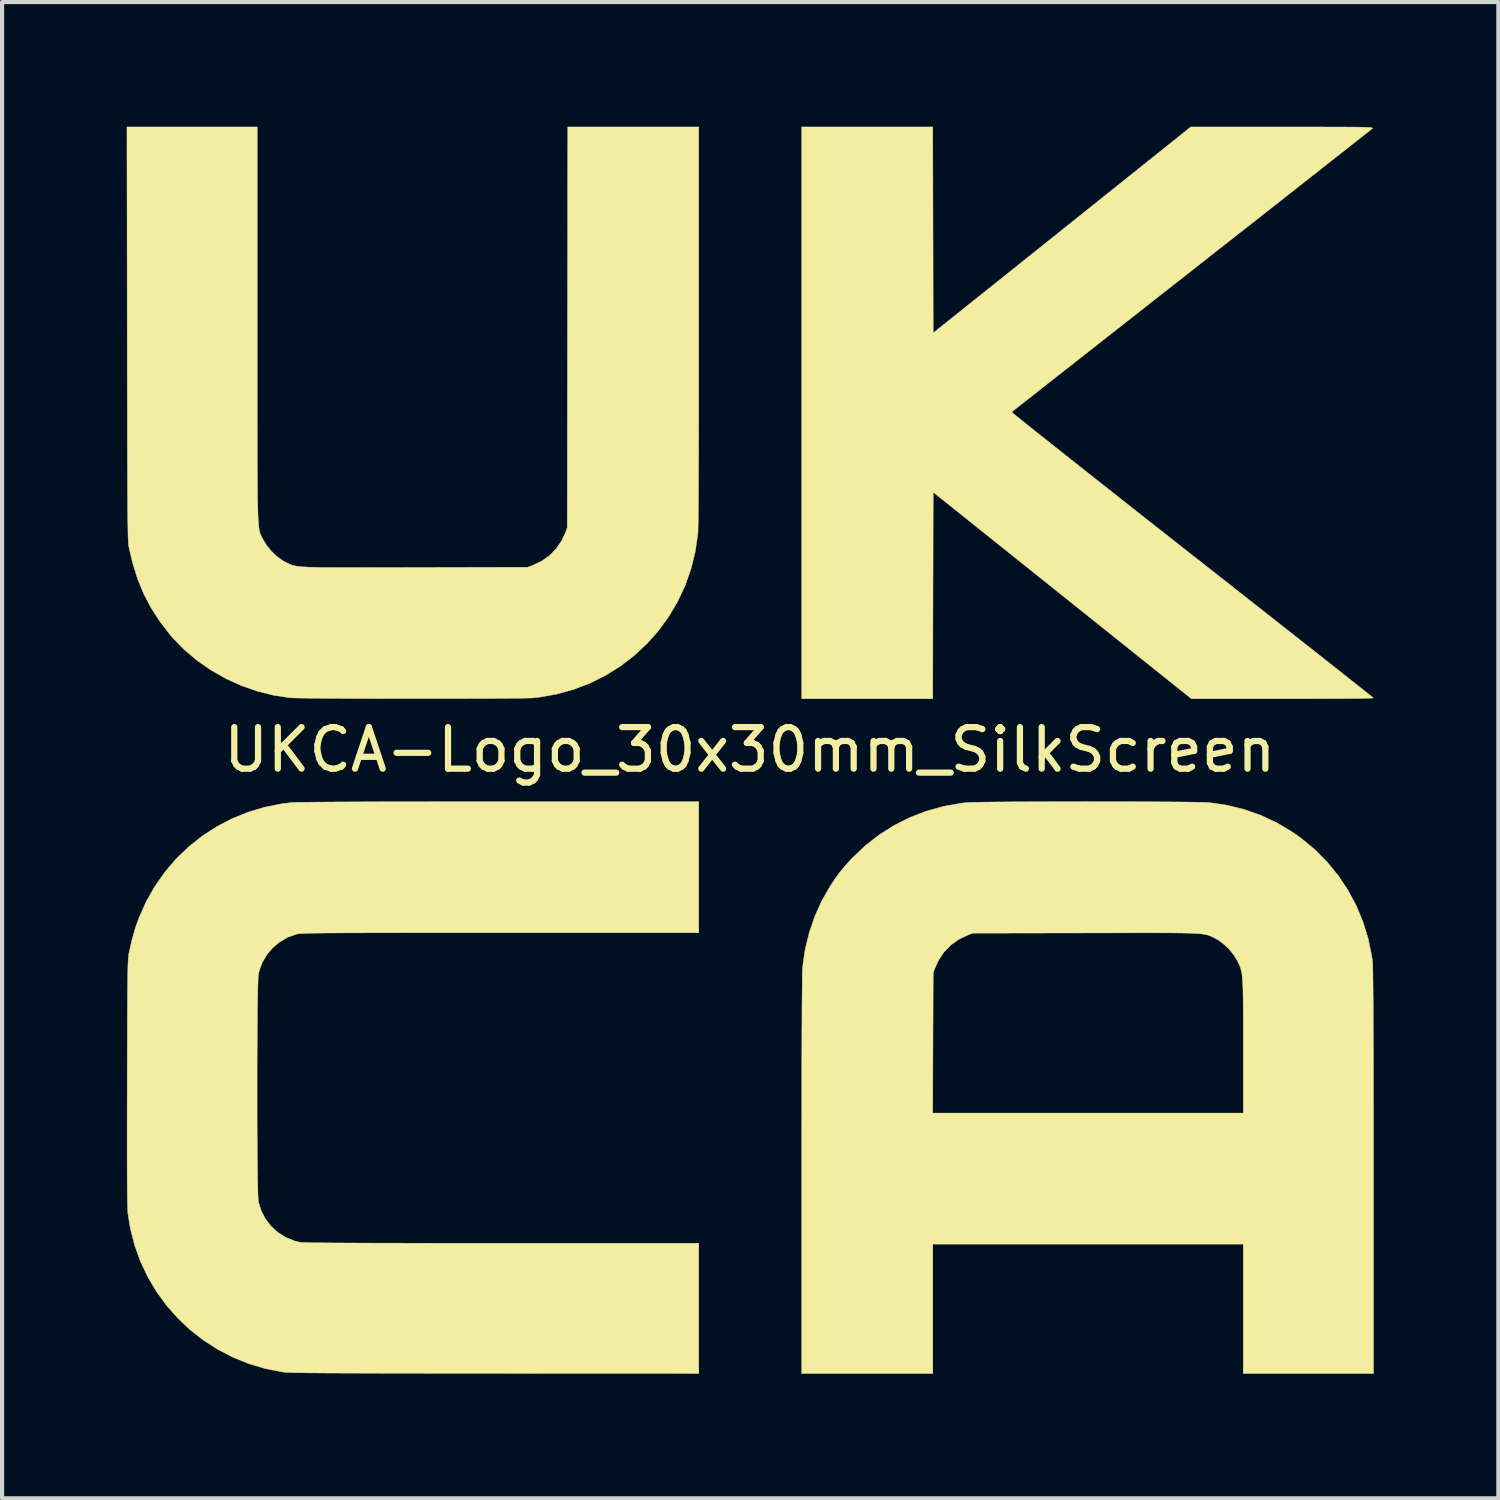
<source format=kicad_pcb>
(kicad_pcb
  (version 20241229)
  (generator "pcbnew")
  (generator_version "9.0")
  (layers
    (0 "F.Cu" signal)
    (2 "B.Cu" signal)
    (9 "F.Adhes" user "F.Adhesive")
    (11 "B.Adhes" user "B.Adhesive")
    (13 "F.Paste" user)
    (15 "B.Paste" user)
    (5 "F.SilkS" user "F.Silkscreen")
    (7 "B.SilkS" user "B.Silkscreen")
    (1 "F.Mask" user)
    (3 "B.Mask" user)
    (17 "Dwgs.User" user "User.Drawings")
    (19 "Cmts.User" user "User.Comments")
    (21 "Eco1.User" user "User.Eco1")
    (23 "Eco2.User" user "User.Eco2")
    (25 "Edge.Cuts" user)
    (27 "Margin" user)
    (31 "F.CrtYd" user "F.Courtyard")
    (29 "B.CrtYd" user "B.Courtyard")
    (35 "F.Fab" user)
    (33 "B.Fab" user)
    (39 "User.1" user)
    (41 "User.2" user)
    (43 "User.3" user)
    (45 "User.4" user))
  (footprint "UKCA-Logo_30x30mm_SilkScreen"
    (layer "F.Cu")
    (at 14.992 14.991)
    (property "Reference" "UKCA-Logo_30x30mm_SilkScreen" (at 0 0 0) (layer "F.SilkS") (effects (font (size 1 1) (thickness 0.15))))
    (attr exclude_from_pos_files exclude_from_bom allow_missing_courtyard)
    (fp_poly (pts (xy 4.408 -12.507) (xy 4.413 -10.029) (xy 10.61 -14.986) (xy 12.813 -14.986) (xy 13.166 -14.986) (xy 13.48 -14.986) (xy 13.755 -14.986) (xy 13.996 -14.985) (xy 14.203 -14.985) (xy 14.38 -14.984) (xy 14.529 -14.983) (xy 14.651 -14.982) (xy 14.75 -14.98) (xy 14.828 -14.978) (xy 14.887 -14.975) (xy 14.93 -14.972) (xy 14.958 -14.969) (xy 14.975 -14.965) (xy 14.982 -14.96) (xy 14.982 -14.954) (xy 14.977 -14.948) (xy 14.975 -14.946) (xy 14.955 -14.93) (xy 14.903 -14.888) (xy 14.82 -14.823) (xy 14.709 -14.735) (xy 14.569 -14.625) (xy 14.404 -14.495) (xy 14.213 -14.345) (xy 13.999 -14.176) (xy 13.763 -13.99) (xy 13.507 -13.789) (xy 13.231 -13.572) (xy 12.937 -13.341) (xy 12.627 -13.097) (xy 12.302 -12.841) (xy 11.963 -12.575) (xy 11.611 -12.299) (xy 11.249 -12.015) (xy 10.878 -11.723) (xy 10.626 -11.525) (xy 10.249 -11.229) (xy 9.881 -10.941) (xy 9.523 -10.66) (xy 9.177 -10.387) (xy 8.843 -10.126) (xy 8.524 -9.875) (xy 8.22 -9.636) (xy 7.933 -9.411) (xy 7.665 -9.2) (xy 7.417 -9.005) (xy 7.189 -8.827) (xy 6.985 -8.666) (xy 6.804 -8.524) (xy 6.649 -8.402) (xy 6.52 -8.301) (xy 6.42 -8.222) (xy 6.349 -8.166) (xy 6.309 -8.134) (xy 6.3 -8.128) (xy 6.315 -8.113) (xy 6.362 -8.074) (xy 6.44 -8.011) (xy 6.546 -7.924) (xy 6.68 -7.817) (xy 6.841 -7.688) (xy 7.027 -7.54) (xy 7.237 -7.373) (xy 7.469 -7.189) (xy 7.722 -6.988) (xy 7.995 -6.773) (xy 8.285 -6.543) (xy 8.593 -6.3) (xy 8.916 -6.045) (xy 9.253 -5.779) (xy 9.603 -5.503) (xy 9.965 -5.219) (xy 10.336 -4.927) (xy 10.64 -4.688) (xy 11.018 -4.391) (xy 11.388 -4.1) (xy 11.748 -3.817) (xy 12.096 -3.543) (xy 12.432 -3.279) (xy 12.753 -3.026) (xy 13.059 -2.786) (xy 13.347 -2.558) (xy 13.617 -2.346) (xy 13.868 -2.148) (xy 14.097 -1.967) (xy 14.303 -1.804) (xy 14.486 -1.659) (xy 14.644 -1.535) (xy 14.774 -1.431) (xy 14.877 -1.349) (xy 14.95 -1.29) (xy 14.993 -1.256) (xy 15.004 -1.247) (xy 14.984 -1.244) (xy 14.924 -1.241) (xy 14.827 -1.239) (xy 14.693 -1.236) (xy 14.527 -1.234) (xy 14.329 -1.232) (xy 14.103 -1.231) (xy 13.85 -1.23) (xy 13.572 -1.229) (xy 13.273 -1.228) (xy 12.954 -1.228) (xy 12.818 -1.228) (xy 10.626 -1.228) (xy 4.413 -6.198) (xy 4.402 -1.228) (xy 1.249 -1.228) (xy 1.249 -14.986) (xy 4.402 -14.986) (xy 4.408 -12.507)) (stroke (width 0.01) (type solid)) (fill yes) (layer "F.SilkS"))
    (fp_poly (pts (xy 8.381 1.249) (xy 8.692 1.249) (xy 8.998 1.249) (xy 9.294 1.25) (xy 9.578 1.251) (xy 9.847 1.253) (xy 10.097 1.254) (xy 10.326 1.256) (xy 10.53 1.258) (xy 10.706 1.261) (xy 10.85 1.263) (xy 10.96 1.266) (xy 11.033 1.269) (xy 11.052 1.271) (xy 11.484 1.334) (xy 11.9 1.437) (xy 12.302 1.579) (xy 12.687 1.76) (xy 13.057 1.981) (xy 13.27 2.131) (xy 13.597 2.402) (xy 13.894 2.702) (xy 14.159 3.028) (xy 14.392 3.377) (xy 14.591 3.748) (xy 14.753 4.137) (xy 14.879 4.542) (xy 14.965 4.96) (xy 14.985 5.101) (xy 14.988 5.144) (xy 14.99 5.228) (xy 14.993 5.352) (xy 14.995 5.517) (xy 14.997 5.722) (xy 14.999 5.967) (xy 15.001 6.254) (xy 15.002 6.581) (xy 15.004 6.95) (xy 15.005 7.36) (xy 15.006 7.811) (xy 15.006 8.304) (xy 15.007 8.839) (xy 15.007 9.416) (xy 15.007 10.035) (xy 15.007 10.144) (xy 15.007 15.007) (xy 11.874 15.007) (xy 11.874 11.896) (xy 4.403 11.896) (xy 4.403 15.007) (xy 1.249 15.007) (xy 1.249 10.226) (xy 1.249 9.644) (xy 1.249 9.095) (xy 1.25 8.742) (xy 4.401 8.742) (xy 11.874 8.742) (xy 11.874 7.138) (xy 11.874 6.824) (xy 11.874 6.548) (xy 11.873 6.309) (xy 11.872 6.102) (xy 11.87 5.926) (xy 11.867 5.777) (xy 11.862 5.651) (xy 11.856 5.546) (xy 11.849 5.458) (xy 11.84 5.385) (xy 11.828 5.324) (xy 11.814 5.27) (xy 11.798 5.222) (xy 11.779 5.176) (xy 11.757 5.129) (xy 11.734 5.08) (xy 11.65 4.943) (xy 11.54 4.807) (xy 11.413 4.684) (xy 11.28 4.583) (xy 11.197 4.536) (xy 11.159 4.517) (xy 11.124 4.5) (xy 11.091 4.485) (xy 11.057 4.471) (xy 11.021 4.459) (xy 10.979 4.448) (xy 10.93 4.439) (xy 10.871 4.431) (xy 10.8 4.425) (xy 10.715 4.419) (xy 10.613 4.415) (xy 10.492 4.411) (xy 10.35 4.409) (xy 10.185 4.407) (xy 9.994 4.406) (xy 9.774 4.405) (xy 9.525 4.405) (xy 9.242 4.405) (xy 8.925 4.406) (xy 8.57 4.407) (xy 8.176 4.407) (xy 8.081 4.408) (xy 5.366 4.413) (xy 5.24 4.461) (xy 5.024 4.564) (xy 4.835 4.7) (xy 4.674 4.866) (xy 4.544 5.06) (xy 4.461 5.24) (xy 4.413 5.366) (xy 4.407 7.054) (xy 4.401 8.742) (xy 1.25 8.742) (xy 1.25 8.579) (xy 1.25 8.097) (xy 1.251 7.65) (xy 1.252 7.239) (xy 1.253 6.863) (xy 1.255 6.524) (xy 1.256 6.223) (xy 1.258 5.96) (xy 1.26 5.735) (xy 1.262 5.55) (xy 1.264 5.405) (xy 1.267 5.3) (xy 1.269 5.237) (xy 1.27 5.225) (xy 1.33 4.812) (xy 1.428 4.407) (xy 1.561 4.015) (xy 1.729 3.641) (xy 1.929 3.291) (xy 1.963 3.239) (xy 2.067 3.084) (xy 2.161 2.955) (xy 2.255 2.838) (xy 2.358 2.72) (xy 2.465 2.606) (xy 2.778 2.308) (xy 3.114 2.046) (xy 3.472 1.82) (xy 3.85 1.63) (xy 4.246 1.477) (xy 4.659 1.362) (xy 5.087 1.286) (xy 5.225 1.27) (xy 5.279 1.267) (xy 5.373 1.264) (xy 5.502 1.262) (xy 5.664 1.259) (xy 5.856 1.257) (xy 6.074 1.255) (xy 6.315 1.253) (xy 6.576 1.252) (xy 6.854 1.251) (xy 7.145 1.25) (xy 7.447 1.249) (xy 7.755 1.249) (xy 8.068 1.248) (xy 8.381 1.249)) (stroke (width 0.01) (type solid)) (fill yes) (layer "F.SilkS"))
    (fp_poly (pts (xy -11.853 -10.25) (xy -11.853 -9.713) (xy -11.853 -9.216) (xy -11.853 -8.758) (xy -11.853 -8.337) (xy -11.853 -7.952) (xy -11.852 -7.601) (xy -11.852 -7.283) (xy -11.851 -6.995) (xy -11.85 -6.735) (xy -11.849 -6.503) (xy -11.847 -6.297) (xy -11.845 -6.114) (xy -11.842 -5.954) (xy -11.839 -5.814) (xy -11.835 -5.692) (xy -11.831 -5.588) (xy -11.826 -5.5) (xy -11.82 -5.425) (xy -11.814 -5.362) (xy -11.807 -5.31) (xy -11.799 -5.267) (xy -11.79 -5.23) (xy -11.78 -5.199) (xy -11.769 -5.172) (xy -11.757 -5.146) (xy -11.745 -5.121) (xy -11.731 -5.095) (xy -11.715 -5.065) (xy -11.712 -5.059) (xy -11.628 -4.92) (xy -11.516 -4.783) (xy -11.388 -4.659) (xy -11.253 -4.559) (xy -11.174 -4.515) (xy -11.135 -4.496) (xy -11.1 -4.479) (xy -11.067 -4.463) (xy -11.034 -4.45) (xy -10.997 -4.437) (xy -10.956 -4.427) (xy -10.907 -4.418) (xy -10.848 -4.41) (xy -10.777 -4.403) (xy -10.692 -4.398) (xy -10.591 -4.393) (xy -10.471 -4.39) (xy -10.329 -4.387) (xy -10.164 -4.386) (xy -9.973 -4.384) (xy -9.755 -4.384) (xy -9.506 -4.384) (xy -9.224 -4.384) (xy -8.908 -4.385) (xy -8.554 -4.385) (xy -8.161 -4.386) (xy -8.06 -4.386) (xy -5.345 -4.392) (xy -5.219 -4.439) (xy -5.003 -4.543) (xy -4.814 -4.678) (xy -4.653 -4.845) (xy -4.522 -5.039) (xy -4.439 -5.219) (xy -4.392 -5.345) (xy -4.381 -14.986) (xy -1.228 -14.986) (xy -1.228 -10.205) (xy -1.228 -9.623) (xy -1.228 -9.074) (xy -1.229 -8.558) (xy -1.229 -8.076) (xy -1.23 -7.629) (xy -1.231 -7.218) (xy -1.232 -6.842) (xy -1.234 -6.503) (xy -1.235 -6.202) (xy -1.237 -5.938) (xy -1.239 -5.714) (xy -1.241 -5.528) (xy -1.243 -5.383) (xy -1.246 -5.279) (xy -1.248 -5.216) (xy -1.249 -5.204) (xy -1.312 -4.773) (xy -1.414 -4.356) (xy -1.555 -3.954) (xy -1.735 -3.569) (xy -1.951 -3.203) (xy -2.204 -2.857) (xy -2.464 -2.564) (xy -2.774 -2.273) (xy -3.11 -2.015) (xy -3.468 -1.791) (xy -3.846 -1.602) (xy -4.242 -1.451) (xy -4.653 -1.337) (xy -5.077 -1.263) (xy -5.204 -1.249) (xy -5.255 -1.246) (xy -5.344 -1.244) (xy -5.47 -1.241) (xy -5.629 -1.239) (xy -5.817 -1.237) (xy -6.032 -1.236) (xy -6.27 -1.234) (xy -6.529 -1.233) (xy -6.804 -1.232) (xy -7.093 -1.231) (xy -7.393 -1.231) (xy -7.7 -1.231) (xy -8.012 -1.231) (xy -8.325 -1.231) (xy -8.636 -1.231) (xy -8.942 -1.232) (xy -9.24 -1.232) (xy -9.526 -1.233) (xy -9.797 -1.235) (xy -10.051 -1.236) (xy -10.283 -1.238) (xy -10.492 -1.24) (xy -10.673 -1.242) (xy -10.824 -1.244) (xy -10.941 -1.246) (xy -11.021 -1.249) (xy -11.055 -1.251) (xy -11.455 -1.31) (xy -11.85 -1.409) (xy -12.237 -1.544) (xy -12.611 -1.714) (xy -12.967 -1.917) (xy -13.302 -2.15) (xy -13.611 -2.411) (xy -13.89 -2.698) (xy -13.949 -2.767) (xy -14.196 -3.088) (xy -14.407 -3.415) (xy -14.585 -3.755) (xy -14.732 -4.114) (xy -14.852 -4.498) (xy -14.937 -4.862) (xy -14.941 -4.884) (xy -14.945 -4.909) (xy -14.949 -4.939) (xy -14.952 -4.975) (xy -14.955 -5.019) (xy -14.957 -5.073) (xy -14.96 -5.138) (xy -14.962 -5.216) (xy -14.964 -5.308) (xy -14.966 -5.417) (xy -14.968 -5.543) (xy -14.969 -5.689) (xy -14.971 -5.857) (xy -14.972 -6.047) (xy -14.973 -6.261) (xy -14.974 -6.502) (xy -14.975 -6.77) (xy -14.976 -7.068) (xy -14.977 -7.397) (xy -14.978 -7.759) (xy -14.978 -8.155) (xy -14.979 -8.587) (xy -14.98 -9.057) (xy -14.98 -9.566) (xy -14.981 -10.017) (xy -14.987 -14.986) (xy -11.853 -14.986) (xy -11.853 -10.25)) (stroke (width 0.01) (type solid)) (fill yes) (layer "F.SilkS"))
    (fp_poly (pts (xy -1.228 4.403) (xy -6.003 4.403) (xy -6.538 4.403) (xy -7.032 4.403) (xy -7.487 4.403) (xy -7.904 4.403) (xy -8.286 4.403) (xy -8.633 4.404) (xy -8.948 4.404) (xy -9.233 4.405) (xy -9.487 4.406) (xy -9.715 4.406) (xy -9.916 4.408) (xy -10.093 4.409) (xy -10.248 4.41) (xy -10.381 4.412) (xy -10.495 4.413) (xy -10.591 4.415) (xy -10.672 4.417) (xy -10.737 4.42) (xy -10.79 4.423) (xy -10.832 4.425) (xy -10.864 4.429) (xy -10.888 4.432) (xy -10.906 4.436) (xy -10.907 4.436) (xy -11.117 4.511) (xy -11.309 4.622) (xy -11.478 4.763) (xy -11.621 4.931) (xy -11.732 5.12) (xy -11.807 5.327) (xy -11.821 5.387) (xy -11.826 5.432) (xy -11.831 5.517) (xy -11.835 5.637) (xy -11.839 5.789) (xy -11.843 5.972) (xy -11.846 6.18) (xy -11.848 6.411) (xy -11.851 6.662) (xy -11.853 6.93) (xy -11.854 7.21) (xy -11.855 7.501) (xy -11.856 7.798) (xy -11.856 8.1) (xy -11.856 8.401) (xy -11.856 8.7) (xy -11.855 8.992) (xy -11.854 9.275) (xy -11.852 9.546) (xy -11.85 9.801) (xy -11.847 10.037) (xy -11.844 10.25) (xy -11.841 10.439) (xy -11.838 10.598) (xy -11.834 10.726) (xy -11.829 10.819) (xy -11.824 10.873) (xy -11.823 10.88) (xy -11.756 11.095) (xy -11.653 11.291) (xy -11.518 11.466) (xy -11.354 11.614) (xy -11.167 11.733) (xy -10.96 11.818) (xy -10.819 11.853) (xy -10.782 11.856) (xy -10.704 11.858) (xy -10.584 11.861) (xy -10.422 11.863) (xy -10.219 11.865) (xy -9.974 11.867) (xy -9.689 11.868) (xy -9.362 11.87) (xy -8.995 11.871) (xy -8.588 11.872) (xy -8.14 11.873) (xy -7.652 11.874) (xy -7.125 11.874) (xy -6.558 11.874) (xy -5.966 11.874) (xy -1.228 11.874) (xy -1.228 15.007) (xy -6.133 15.005) (xy -6.688 15.005) (xy -7.202 15.004) (xy -7.677 15.004) (xy -8.115 15.003) (xy -8.516 15.003) (xy -8.882 15.002) (xy -9.215 15.001) (xy -9.516 15) (xy -9.787 14.999) (xy -10.03 14.998) (xy -10.245 14.997) (xy -10.435 14.995) (xy -10.6 14.994) (xy -10.743 14.992) (xy -10.865 14.99) (xy -10.967 14.988) (xy -11.051 14.985) (xy -11.119 14.983) (xy -11.172 14.98) (xy -11.211 14.977) (xy -11.235 14.974) (xy -11.653 14.892) (xy -12.055 14.773) (xy -12.439 14.617) (xy -12.805 14.428) (xy -13.149 14.206) (xy -13.47 13.955) (xy -13.766 13.675) (xy -14.035 13.37) (xy -14.275 13.04) (xy -14.484 12.689) (xy -14.66 12.317) (xy -14.801 11.928) (xy -14.905 11.522) (xy -14.965 11.155) (xy -14.968 11.108) (xy -14.972 11.032) (xy -14.975 10.926) (xy -14.977 10.789) (xy -14.979 10.619) (xy -14.981 10.417) (xy -14.982 10.179) (xy -14.983 9.907) (xy -14.983 9.597) (xy -14.983 9.25) (xy -14.983 8.863) (xy -14.982 8.437) (xy -14.981 8.012) (xy -14.98 7.597) (xy -14.979 7.223) (xy -14.978 6.887) (xy -14.977 6.586) (xy -14.976 6.319) (xy -14.975 6.084) (xy -14.974 5.877) (xy -14.972 5.698) (xy -14.97 5.543) (xy -14.968 5.411) (xy -14.966 5.299) (xy -14.964 5.206) (xy -14.961 5.128) (xy -14.957 5.064) (xy -14.954 5.012) (xy -14.95 4.969) (xy -14.945 4.933) (xy -14.941 4.902) (xy -14.937 4.883) (xy -14.862 4.556) (xy -14.776 4.259) (xy -14.698 4.044) (xy -14.523 3.652) (xy -14.314 3.284) (xy -14.073 2.941) (xy -13.802 2.624) (xy -13.504 2.337) (xy -13.18 2.079) (xy -12.833 1.853) (xy -12.464 1.66) (xy -12.077 1.502) (xy -11.672 1.381) (xy -11.253 1.298) (xy -11.031 1.271) (xy -10.982 1.268) (xy -10.89 1.265) (xy -10.758 1.263) (xy -10.584 1.261) (xy -10.369 1.259) (xy -10.115 1.257) (xy -9.821 1.255) (xy -9.487 1.254) (xy -9.115 1.252) (xy -8.704 1.251) (xy -8.256 1.25) (xy -7.77 1.25) (xy -7.246 1.249) (xy -6.687 1.249) (xy -6.09 1.249) (xy -6.02 1.249) (xy -1.228 1.249) (xy -1.228 4.403)) (stroke (width 0.01) (type solid)) (fill yes) (layer "F.SilkS")))
  (gr_rect
    (start -3 -3)
    (end 33.004 33.003)
    (stroke (width 0.1) (type default))
    (fill no)
    (layer "Edge.Cuts")))
</source>
